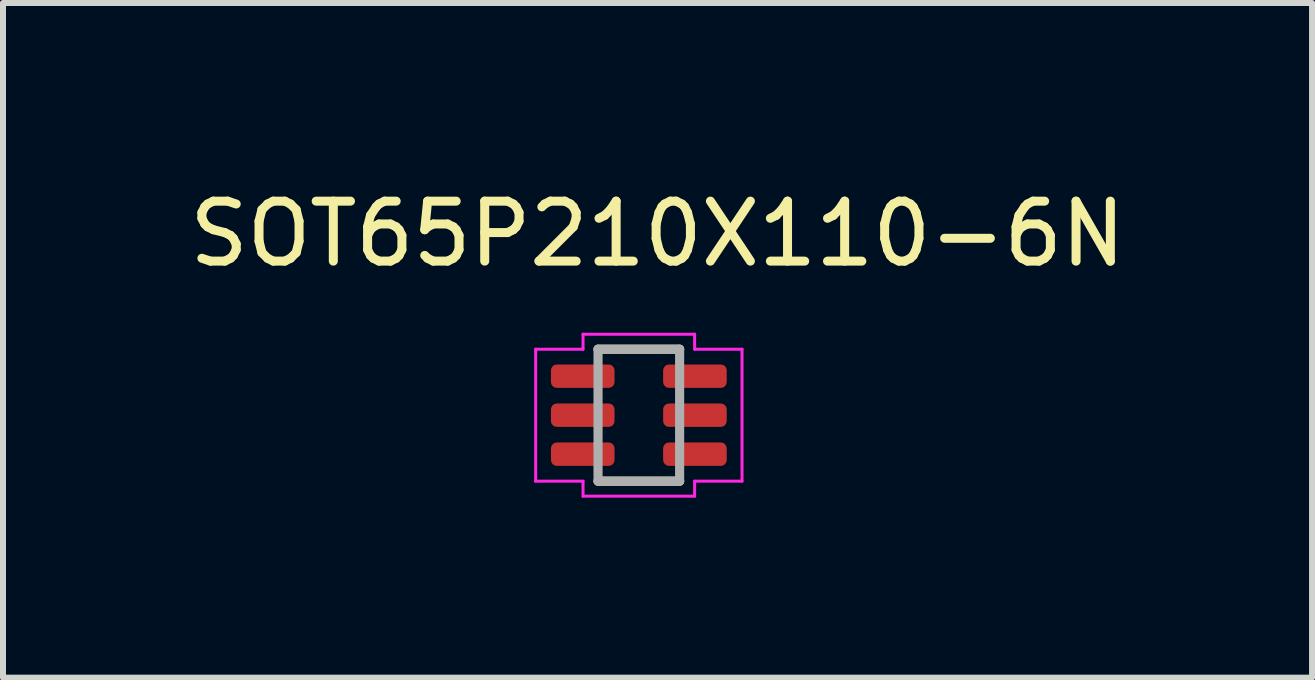
<source format=kicad_pcb>
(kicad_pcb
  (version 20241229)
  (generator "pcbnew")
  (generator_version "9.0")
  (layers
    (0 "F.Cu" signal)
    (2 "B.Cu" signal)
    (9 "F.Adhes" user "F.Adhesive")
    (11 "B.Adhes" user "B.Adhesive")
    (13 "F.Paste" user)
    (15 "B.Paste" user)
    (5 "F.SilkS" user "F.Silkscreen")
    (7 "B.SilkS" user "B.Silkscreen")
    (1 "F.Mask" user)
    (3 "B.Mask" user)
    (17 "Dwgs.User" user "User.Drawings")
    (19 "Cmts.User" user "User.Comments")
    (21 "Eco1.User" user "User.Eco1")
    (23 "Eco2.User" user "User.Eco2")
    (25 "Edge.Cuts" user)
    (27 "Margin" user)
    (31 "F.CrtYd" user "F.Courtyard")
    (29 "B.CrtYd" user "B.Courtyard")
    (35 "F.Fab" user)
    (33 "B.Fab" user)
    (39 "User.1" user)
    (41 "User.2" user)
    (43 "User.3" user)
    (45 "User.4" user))
  (footprint "SOT65P210X110-6N"
    (layer "F.Cu")
    (at 7.599 3.871)
    (property "Reference" "SOT65P210X110-6N" (at 0.312 -3.023 0) (layer "F.SilkS") (effects (font (size 1 1) (thickness 0.15))))
    (attr smd)
    (fp_line (start -0.68 1.1) (end 0.68 1.1) (stroke (width 0.152) (type solid)) (layer "F.SilkS"))
    (fp_line (start 0.68 -1.1) (end -0.68 -1.1) (stroke (width 0.152) (type solid)) (layer "F.SilkS"))
    (fp_line (start -1.72 -1.1) (end -0.93 -1.1) (stroke (width 0.05) (type solid)) (layer "F.CrtYd"))
    (fp_line (start -1.72 1.1) (end -1.72 -1.1) (stroke (width 0.05) (type solid)) (layer "F.CrtYd"))
    (fp_line (start -0.93 -1.35) (end 0.93 -1.35) (stroke (width 0.05) (type solid)) (layer "F.CrtYd"))
    (fp_line (start -0.93 -1.1) (end -0.93 -1.35) (stroke (width 0.05) (type solid)) (layer "F.CrtYd"))
    (fp_line (start -0.93 1.1) (end -1.72 1.1) (stroke (width 0.05) (type solid)) (layer "F.CrtYd"))
    (fp_line (start -0.93 1.35) (end -0.93 1.1) (stroke (width 0.05) (type solid)) (layer "F.CrtYd"))
    (fp_line (start 0.93 -1.35) (end 0.93 -1.1) (stroke (width 0.05) (type solid)) (layer "F.CrtYd"))
    (fp_line (start 0.93 -1.1) (end 1.72 -1.1) (stroke (width 0.05) (type solid)) (layer "F.CrtYd"))
    (fp_line (start 0.93 1.1) (end 0.93 1.35) (stroke (width 0.05) (type solid)) (layer "F.CrtYd"))
    (fp_line (start 0.93 1.35) (end -0.93 1.35) (stroke (width 0.05) (type solid)) (layer "F.CrtYd"))
    (fp_line (start 1.72 -1.1) (end 1.72 1.1) (stroke (width 0.05) (type solid)) (layer "F.CrtYd"))
    (fp_line (start 1.72 1.1) (end 0.93 1.1) (stroke (width 0.05) (type solid)) (layer "F.CrtYd"))
    (fp_line (start -0.68 -1.1) (end -0.68 1.1) (stroke (width 0.152) (type solid)) (layer "F.Fab"))
    (fp_line (start -0.68 1.1) (end 0.68 1.1) (stroke (width 0.152) (type solid)) (layer "F.Fab"))
    (fp_line (start 0.68 -1.1) (end -0.68 -1.1) (stroke (width 0.152) (type solid)) (layer "F.Fab"))
    (fp_line (start 0.68 1.1) (end 0.68 -1.1) (stroke (width 0.152) (type solid)) (layer "F.Fab"))
    (pad "1" smd roundrect (at -0.935 -0.65) (size 1.06 0.39) (layers "F.Cu" "F.Mask" "F.Paste") (roundrect_rratio 0.25))
    (pad "2" smd roundrect (at -0.935 0) (size 1.06 0.39) (layers "F.Cu" "F.Mask" "F.Paste") (roundrect_rratio 0.25))
    (pad "3" smd roundrect (at -0.935 0.65) (size 1.06 0.39) (layers "F.Cu" "F.Mask" "F.Paste") (roundrect_rratio 0.25))
    (pad "4" smd roundrect (at 0.935 0.65) (size 1.06 0.39) (layers "F.Cu" "F.Mask" "F.Paste") (roundrect_rratio 0.25))
    (pad "5" smd roundrect (at 0.935 0) (size 1.06 0.39) (layers "F.Cu" "F.Mask" "F.Paste") (roundrect_rratio 0.25))
    (pad "6" smd roundrect (at 0.935 -0.65) (size 1.06 0.39) (layers "F.Cu" "F.Mask" "F.Paste") (roundrect_rratio 0.25)))
  (gr_rect
    (start -3 -3)
    (end 18.821 8.246)
    (stroke (width 0.1) (type default))
    (fill no)
    (layer "Edge.Cuts")))
</source>
